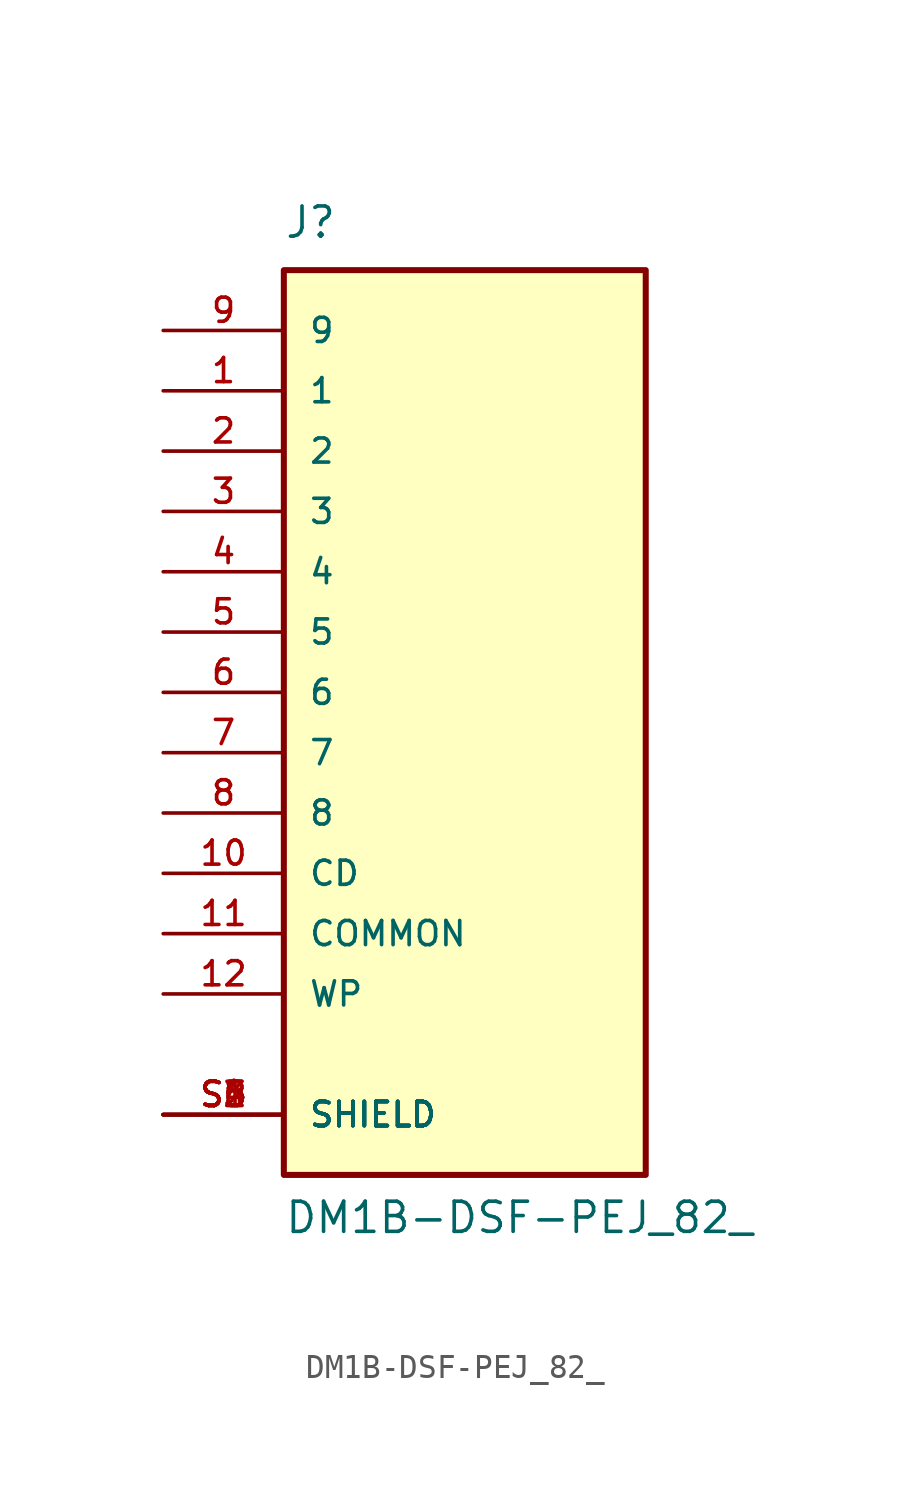
<source format=kicad_sym>
(kicad_symbol_lib
  (version 20211014)
  (generator kicad_symbol_editor)
  (symbol "DM1B-DSF-PEJ_82_"
    (pin_names
      (offset 1.016))
    (property "Reference" "J"
      (at -7.62 19.05 0)
      (effects (font (size 1.27 1.27)) (justify bottom left)))
    (property "Value" "DM1B-DSF-PEJ_82_"
      (at -7.62 -22.86 0)
      (effects (font (size 1.27 1.27)) (justify bottom left)))
    (symbol "DM1B-DSF-PEJ_82__0_0"
      (rectangle (start -7.62 -20.32) (end 7.62 17.78) (stroke (width 0.254)) (fill (type background)))
      (pin passive line (at -12.7 12.7 0) (length 5.08) (name "1" (effects (font (size 1.016 1.016)))) (number "1" (effects (font (size 1.016 1.016)))))
      (pin passive line (at -12.7 10.16 0) (length 5.08) (name "2" (effects (font (size 1.016 1.016)))) (number "2" (effects (font (size 1.016 1.016)))))
      (pin passive line (at -12.7 7.62 0) (length 5.08) (name "3" (effects (font (size 1.016 1.016)))) (number "3" (effects (font (size 1.016 1.016)))))
      (pin passive line (at -12.7 5.08 0) (length 5.08) (name "4" (effects (font (size 1.016 1.016)))) (number "4" (effects (font (size 1.016 1.016)))))
      (pin passive line (at -12.7 2.54 0) (length 5.08) (name "5" (effects (font (size 1.016 1.016)))) (number "5" (effects (font (size 1.016 1.016)))))
      (pin passive line (at -12.7 0.0 0) (length 5.08) (name "6" (effects (font (size 1.016 1.016)))) (number "6" (effects (font (size 1.016 1.016)))))
      (pin passive line (at -12.7 -2.54 0) (length 5.08) (name "7" (effects (font (size 1.016 1.016)))) (number "7" (effects (font (size 1.016 1.016)))))
      (pin passive line (at -12.7 -5.08 0) (length 5.08) (name "8" (effects (font (size 1.016 1.016)))) (number "8" (effects (font (size 1.016 1.016)))))
      (pin passive line (at -12.7 15.24 0) (length 5.08) (name "9" (effects (font (size 1.016 1.016)))) (number "9" (effects (font (size 1.016 1.016)))))
      (pin passive line (at -12.7 -17.78 0) (length 5.08) (name "SHIELD" (effects (font (size 1.016 1.016)))) (number "S1" (effects (font (size 1.016 1.016)))))
      (pin passive line (at -12.7 -17.78 0) (length 5.08) (name "SHIELD" (effects (font (size 1.016 1.016)))) (number "S2" (effects (font (size 1.016 1.016)))))
      (pin passive line (at -12.7 -17.78 0) (length 5.08) (name "SHIELD" (effects (font (size 1.016 1.016)))) (number "S3" (effects (font (size 1.016 1.016)))))
      (pin passive line (at -12.7 -17.78 0) (length 5.08) (name "SHIELD" (effects (font (size 1.016 1.016)))) (number "S4" (effects (font (size 1.016 1.016)))))
      (pin passive line (at -12.7 -17.78 0) (length 5.08) (name "SHIELD" (effects (font (size 1.016 1.016)))) (number "S5" (effects (font (size 1.016 1.016)))))
      (pin passive line (at -12.7 -17.78 0) (length 5.08) (name "SHIELD" (effects (font (size 1.016 1.016)))) (number "S6" (effects (font (size 1.016 1.016)))))
      (pin passive line (at -12.7 -7.62 0) (length 5.08) (name "CD" (effects (font (size 1.016 1.016)))) (number "10" (effects (font (size 1.016 1.016)))))
      (pin passive line (at -12.7 -10.16 0) (length 5.08) (name "COMMON" (effects (font (size 1.016 1.016)))) (number "11" (effects (font (size 1.016 1.016)))))
      (pin passive line (at -12.7 -12.7 0) (length 5.08) (name "WP" (effects (font (size 1.016 1.016)))) (number "12" (effects (font (size 1.016 1.016))))))))
</source>
